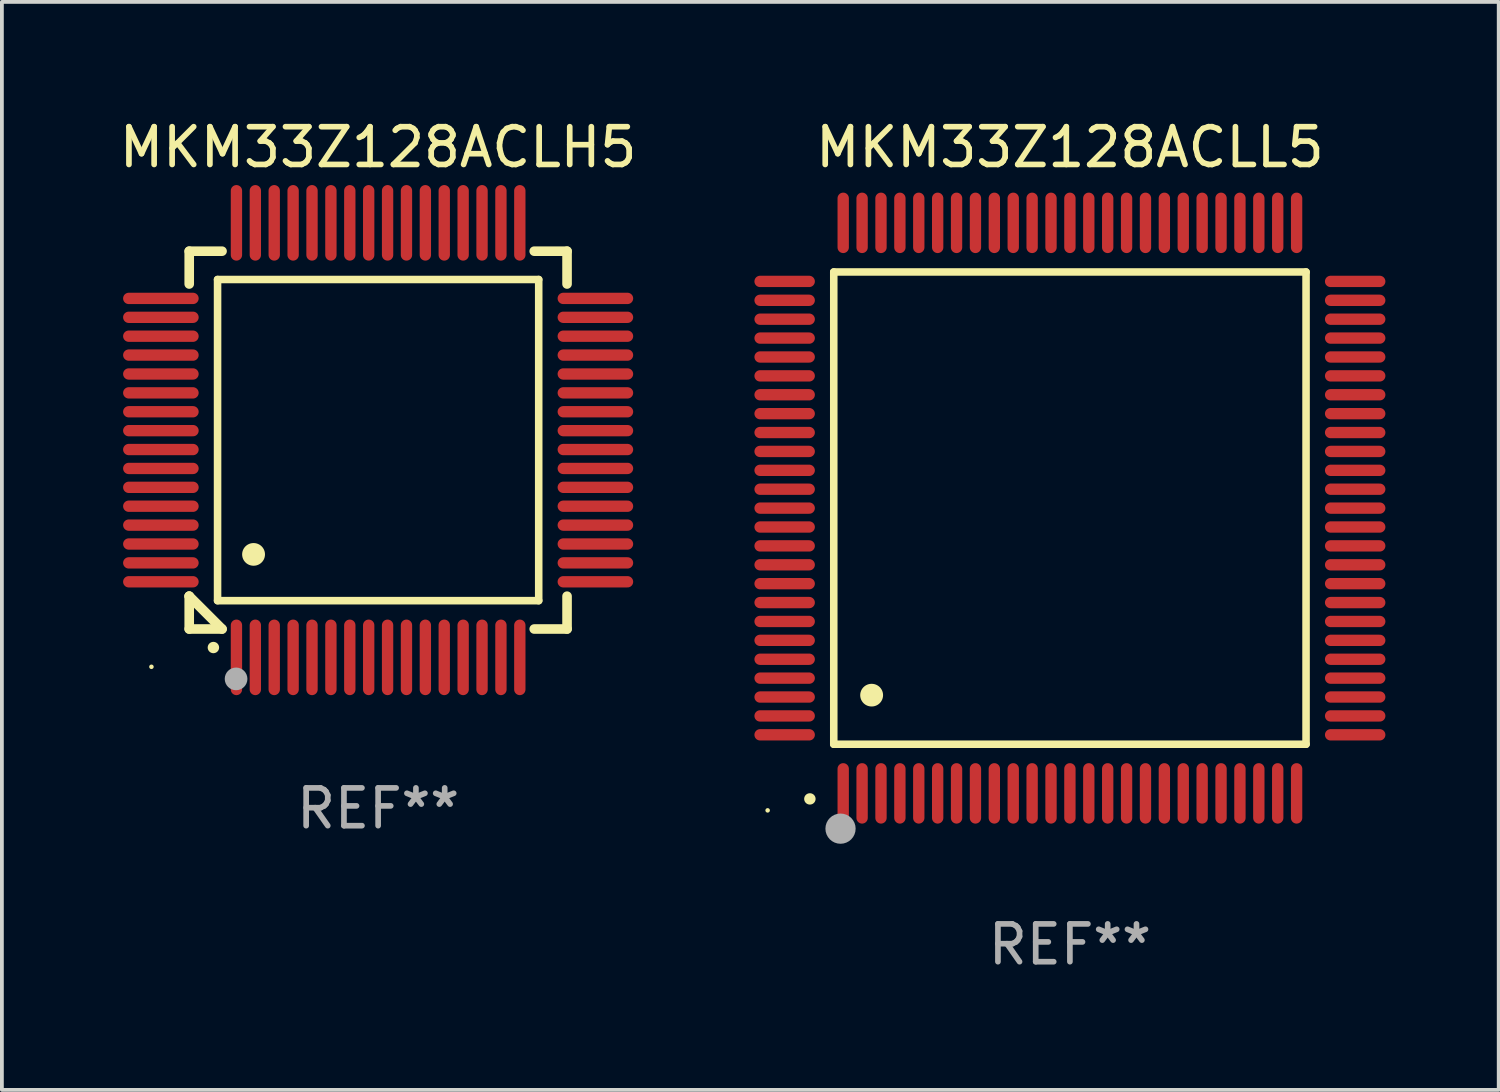
<source format=kicad_pcb>
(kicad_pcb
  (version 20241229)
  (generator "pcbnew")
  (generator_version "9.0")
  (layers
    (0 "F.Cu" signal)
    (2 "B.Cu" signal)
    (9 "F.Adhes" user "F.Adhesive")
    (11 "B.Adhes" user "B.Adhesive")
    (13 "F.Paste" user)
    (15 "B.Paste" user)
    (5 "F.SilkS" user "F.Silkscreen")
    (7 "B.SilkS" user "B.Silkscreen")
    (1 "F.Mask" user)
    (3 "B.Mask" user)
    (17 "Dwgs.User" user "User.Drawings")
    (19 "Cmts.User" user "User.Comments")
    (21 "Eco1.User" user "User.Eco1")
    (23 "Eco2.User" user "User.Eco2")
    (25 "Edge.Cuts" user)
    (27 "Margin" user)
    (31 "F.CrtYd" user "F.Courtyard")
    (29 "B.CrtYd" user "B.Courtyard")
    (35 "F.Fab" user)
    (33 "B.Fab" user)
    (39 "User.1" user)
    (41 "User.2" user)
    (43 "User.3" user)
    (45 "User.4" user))
  (footprint "MKM33Z128ACLH5"
    (layer "F.Cu")
    (at 6.958 8.598)
    (property "Reference" "MKM33Z128ACLH5" (at 0 -7.75 0) (layer "F.SilkS") (effects (font (size 1 1) (thickness 0.15))))
    (attr through_hole)
    (fp_line (start -5 -5) (end -4.131 -5) (stroke (width 0.254) (type solid)) (layer "F.SilkS"))
    (fp_line (start -5 -4.131) (end -5 -5) (stroke (width 0.254) (type solid)) (layer "F.SilkS"))
    (fp_line (start -5 4.131) (end -5 4.131) (stroke (width 0.254) (type solid)) (layer "F.SilkS"))
    (fp_line (start -5 5) (end -5 4.131) (stroke (width 0.254) (type solid)) (layer "F.SilkS"))
    (fp_line (start -5 4.131) (end -4.131 5) (stroke (width 0.254) (type solid)) (layer "F.SilkS"))
    (fp_line (start -4.25 -4.25) (end -4.25 4.25) (stroke (width 0.2) (type solid)) (layer "F.SilkS"))
    (fp_line (start -4.25 4.25) (end 4.25 4.25) (stroke (width 0.2) (type solid)) (layer "F.SilkS"))
    (fp_line (start -4.131 5) (end -5 5) (stroke (width 0.254) (type solid)) (layer "F.SilkS"))
    (fp_line (start 4.25 -4.25) (end -4.25 -4.25) (stroke (width 0.2) (type solid)) (layer "F.SilkS"))
    (fp_line (start 4.25 4.25) (end 4.25 -4.25) (stroke (width 0.2) (type solid)) (layer "F.SilkS"))
    (fp_line (start 5 -5) (end 4.131 -5) (stroke (width 0.254) (type solid)) (layer "F.SilkS"))
    (fp_line (start 5 -5) (end 5 -4.131) (stroke (width 0.254) (type solid)) (layer "F.SilkS"))
    (fp_line (start 5 4.131) (end 5 5) (stroke (width 0.254) (type solid)) (layer "F.SilkS"))
    (fp_line (start 5 5) (end 4.131 5) (stroke (width 0.254) (type solid)) (layer "F.SilkS"))
    (fp_arc (start -4.361265 5.489992) (mid -4.359995 5.489987) (end -4.358725 5.489992) (stroke (width 0.3) (type solid)) (layer "F.SilkS"))
    (fp_arc (start -3.299467 3.025146) (mid -3.296927 3.025135) (end -3.294387 3.025146) (stroke (width 0.6) (type solid)) (layer "F.SilkS"))
    (fp_circle (center -6 6) (end -5.97 6) (stroke (width 0.06) (type solid)) (fill no) (layer "F.SilkS"))
    (fp_circle (center -3.76 6.32) (end -3.61 6.32) (stroke (width 0.3) (type solid)) (fill no) (layer "F.Fab"))
    (fp_text user "REF**" (at 0 9.75 0) (layer "F.Fab") (effects (font (size 1 1) (thickness 0.15))))
    (pad "1" smd oval (at -3.75 5.75) (size 0.3 2) (layers "F.Cu" "F.Mask" "F.Paste"))
    (pad "2" smd oval (at -3.25 5.75) (size 0.3 2) (layers "F.Cu" "F.Mask" "F.Paste"))
    (pad "3" smd oval (at -2.75 5.75) (size 0.3 2) (layers "F.Cu" "F.Mask" "F.Paste"))
    (pad "4" smd oval (at -2.25 5.75) (size 0.3 2) (layers "F.Cu" "F.Mask" "F.Paste"))
    (pad "5" smd oval (at -1.75 5.75) (size 0.3 2) (layers "F.Cu" "F.Mask" "F.Paste"))
    (pad "6" smd oval (at -1.25 5.75) (size 0.3 2) (layers "F.Cu" "F.Mask" "F.Paste"))
    (pad "7" smd oval (at -0.75 5.75) (size 0.3 2) (layers "F.Cu" "F.Mask" "F.Paste"))
    (pad "8" smd oval (at -0.25 5.75) (size 0.3 2) (layers "F.Cu" "F.Mask" "F.Paste"))
    (pad "9" smd oval (at 0.25 5.75) (size 0.3 2) (layers "F.Cu" "F.Mask" "F.Paste"))
    (pad "10" smd oval (at 0.75 5.75) (size 0.3 2) (layers "F.Cu" "F.Mask" "F.Paste"))
    (pad "11" smd oval (at 1.25 5.75) (size 0.3 2) (layers "F.Cu" "F.Mask" "F.Paste"))
    (pad "12" smd oval (at 1.75 5.75) (size 0.3 2) (layers "F.Cu" "F.Mask" "F.Paste"))
    (pad "13" smd oval (at 2.25 5.75) (size 0.3 2) (layers "F.Cu" "F.Mask" "F.Paste"))
    (pad "14" smd oval (at 2.75 5.75) (size 0.3 2) (layers "F.Cu" "F.Mask" "F.Paste"))
    (pad "15" smd oval (at 3.25 5.75) (size 0.3 2) (layers "F.Cu" "F.Mask" "F.Paste"))
    (pad "16" smd oval (at 3.75 5.75) (size 0.3 2) (layers "F.Cu" "F.Mask" "F.Paste"))
    (pad "17" smd oval (at 5.75 3.75) (size 2 0.3) (layers "F.Cu" "F.Mask" "F.Paste"))
    (pad "18" smd oval (at 5.75 3.25) (size 2 0.3) (layers "F.Cu" "F.Mask" "F.Paste"))
    (pad "19" smd oval (at 5.75 2.75) (size 2 0.3) (layers "F.Cu" "F.Mask" "F.Paste"))
    (pad "20" smd oval (at 5.75 2.25) (size 2 0.3) (layers "F.Cu" "F.Mask" "F.Paste"))
    (pad "21" smd oval (at 5.75 1.75) (size 2 0.3) (layers "F.Cu" "F.Mask" "F.Paste"))
    (pad "22" smd oval (at 5.75 1.25) (size 2 0.3) (layers "F.Cu" "F.Mask" "F.Paste"))
    (pad "23" smd oval (at 5.75 0.75) (size 2 0.3) (layers "F.Cu" "F.Mask" "F.Paste"))
    (pad "24" smd oval (at 5.75 0.25) (size 2 0.3) (layers "F.Cu" "F.Mask" "F.Paste"))
    (pad "25" smd oval (at 5.75 -0.25) (size 2 0.3) (layers "F.Cu" "F.Mask" "F.Paste"))
    (pad "26" smd oval (at 5.75 -0.75) (size 2 0.3) (layers "F.Cu" "F.Mask" "F.Paste"))
    (pad "27" smd oval (at 5.75 -1.25) (size 2 0.3) (layers "F.Cu" "F.Mask" "F.Paste"))
    (pad "28" smd oval (at 5.75 -1.75) (size 2 0.3) (layers "F.Cu" "F.Mask" "F.Paste"))
    (pad "29" smd oval (at 5.75 -2.25) (size 2 0.3) (layers "F.Cu" "F.Mask" "F.Paste"))
    (pad "30" smd oval (at 5.75 -2.75) (size 2 0.3) (layers "F.Cu" "F.Mask" "F.Paste"))
    (pad "31" smd oval (at 5.75 -3.25) (size 2 0.3) (layers "F.Cu" "F.Mask" "F.Paste"))
    (pad "32" smd oval (at 5.75 -3.75) (size 2 0.3) (layers "F.Cu" "F.Mask" "F.Paste"))
    (pad "33" smd oval (at 3.75 -5.75) (size 0.3 2) (layers "F.Cu" "F.Mask" "F.Paste"))
    (pad "34" smd oval (at 3.25 -5.75) (size 0.3 2) (layers "F.Cu" "F.Mask" "F.Paste"))
    (pad "35" smd oval (at 2.75 -5.75) (size 0.3 2) (layers "F.Cu" "F.Mask" "F.Paste"))
    (pad "36" smd oval (at 2.25 -5.75) (size 0.3 2) (layers "F.Cu" "F.Mask" "F.Paste"))
    (pad "37" smd oval (at 1.75 -5.75) (size 0.3 2) (layers "F.Cu" "F.Mask" "F.Paste"))
    (pad "38" smd oval (at 1.25 -5.75) (size 0.3 2) (layers "F.Cu" "F.Mask" "F.Paste"))
    (pad "39" smd oval (at 0.75 -5.75) (size 0.3 2) (layers "F.Cu" "F.Mask" "F.Paste"))
    (pad "40" smd oval (at 0.25 -5.75) (size 0.3 2) (layers "F.Cu" "F.Mask" "F.Paste"))
    (pad "41" smd oval (at -0.25 -5.75) (size 0.3 2) (layers "F.Cu" "F.Mask" "F.Paste"))
    (pad "42" smd oval (at -0.75 -5.75) (size 0.3 2) (layers "F.Cu" "F.Mask" "F.Paste"))
    (pad "43" smd oval (at -1.25 -5.75) (size 0.3 2) (layers "F.Cu" "F.Mask" "F.Paste"))
    (pad "44" smd oval (at -1.75 -5.75) (size 0.3 2) (layers "F.Cu" "F.Mask" "F.Paste"))
    (pad "45" smd oval (at -2.25 -5.75) (size 0.3 2) (layers "F.Cu" "F.Mask" "F.Paste"))
    (pad "46" smd oval (at -2.75 -5.75) (size 0.3 2) (layers "F.Cu" "F.Mask" "F.Paste"))
    (pad "47" smd oval (at -3.25 -5.75) (size 0.3 2) (layers "F.Cu" "F.Mask" "F.Paste"))
    (pad "48" smd oval (at -3.75 -5.75) (size 0.3 2) (layers "F.Cu" "F.Mask" "F.Paste"))
    (pad "49" smd oval (at -5.75 -3.75) (size 2 0.3) (layers "F.Cu" "F.Mask" "F.Paste"))
    (pad "50" smd oval (at -5.75 -3.25) (size 2 0.3) (layers "F.Cu" "F.Mask" "F.Paste"))
    (pad "51" smd oval (at -5.75 -2.75) (size 2 0.3) (layers "F.Cu" "F.Mask" "F.Paste"))
    (pad "52" smd oval (at -5.75 -2.25) (size 2 0.3) (layers "F.Cu" "F.Mask" "F.Paste"))
    (pad "53" smd oval (at -5.75 -1.75) (size 2 0.3) (layers "F.Cu" "F.Mask" "F.Paste"))
    (pad "54" smd oval (at -5.75 -1.25) (size 2 0.3) (layers "F.Cu" "F.Mask" "F.Paste"))
    (pad "55" smd oval (at -5.75 -0.75) (size 2 0.3) (layers "F.Cu" "F.Mask" "F.Paste"))
    (pad "56" smd oval (at -5.75 -0.25) (size 2 0.3) (layers "F.Cu" "F.Mask" "F.Paste"))
    (pad "57" smd oval (at -5.75 0.25) (size 2 0.3) (layers "F.Cu" "F.Mask" "F.Paste"))
    (pad "58" smd oval (at -5.75 0.75) (size 2 0.3) (layers "F.Cu" "F.Mask" "F.Paste"))
    (pad "59" smd oval (at -5.75 1.25) (size 2 0.3) (layers "F.Cu" "F.Mask" "F.Paste"))
    (pad "60" smd oval (at -5.75 1.75) (size 2 0.3) (layers "F.Cu" "F.Mask" "F.Paste"))
    (pad "61" smd oval (at -5.75 2.25) (size 2 0.3) (layers "F.Cu" "F.Mask" "F.Paste"))
    (pad "62" smd oval (at -5.75 2.75) (size 2 0.3) (layers "F.Cu" "F.Mask" "F.Paste"))
    (pad "63" smd oval (at -5.75 3.25) (size 2 0.3) (layers "F.Cu" "F.Mask" "F.Paste"))
    (pad "64" smd oval (at -5.75 3.75) (size 2 0.3) (layers "F.Cu" "F.Mask" "F.Paste")))
  (footprint "MKM33Z128ACLL5"
    (layer "F.Cu")
    (at 25.267 10.398)
    (property "Reference" "MKM33Z128ACLL5" (at 0 -9.55 0) (layer "F.SilkS") (effects (font (size 1 1) (thickness 0.15))))
    (attr through_hole)
    (fp_line (start -6.25 -6.25) (end -6.25 6.25) (stroke (width 0.2) (type solid)) (layer "F.SilkS"))
    (fp_line (start -6.25 6.25) (end 6.25 6.25) (stroke (width 0.2) (type solid)) (layer "F.SilkS"))
    (fp_line (start 6.25 -6.25) (end -6.25 -6.25) (stroke (width 0.2) (type solid)) (layer "F.SilkS"))
    (fp_line (start 6.25 6.25) (end 6.25 -6.25) (stroke (width 0.2) (type solid)) (layer "F.SilkS"))
    (fp_arc (start -6.883414 7.696215) (mid -6.882144 7.69621) (end -6.880874 7.696215) (stroke (width 0.3) (type solid)) (layer "F.SilkS"))
    (fp_arc (start -5.250191 4.95047) (mid -5.247651 4.950459) (end -5.245111 4.95047) (stroke (width 0.6) (type solid)) (layer "F.SilkS"))
    (fp_circle (center -8 8) (end -7.97 8) (stroke (width 0.06) (type solid)) (fill no) (layer "F.SilkS"))
    (fp_circle (center -6.071 8.484) (end -5.871 8.484) (stroke (width 0.4) (type solid)) (fill no) (layer "F.Fab"))
    (fp_text user "REF**" (at 0 11.55 0) (layer "F.Fab") (effects (font (size 1 1) (thickness 0.15))))
    (pad "1" smd oval (at -6 7.55) (size 0.3 1.6) (layers "F.Cu" "F.Mask" "F.Paste"))
    (pad "2" smd oval (at -5.5 7.55) (size 0.3 1.6) (layers "F.Cu" "F.Mask" "F.Paste"))
    (pad "3" smd oval (at -5 7.55) (size 0.3 1.6) (layers "F.Cu" "F.Mask" "F.Paste"))
    (pad "4" smd oval (at -4.5 7.55) (size 0.3 1.6) (layers "F.Cu" "F.Mask" "F.Paste"))
    (pad "5" smd oval (at -4 7.55) (size 0.3 1.6) (layers "F.Cu" "F.Mask" "F.Paste"))
    (pad "6" smd oval (at -3.5 7.55) (size 0.3 1.6) (layers "F.Cu" "F.Mask" "F.Paste"))
    (pad "7" smd oval (at -3 7.55) (size 0.3 1.6) (layers "F.Cu" "F.Mask" "F.Paste"))
    (pad "8" smd oval (at -2.5 7.55) (size 0.3 1.6) (layers "F.Cu" "F.Mask" "F.Paste"))
    (pad "9" smd oval (at -2 7.55) (size 0.3 1.6) (layers "F.Cu" "F.Mask" "F.Paste"))
    (pad "10" smd oval (at -1.5 7.55) (size 0.3 1.6) (layers "F.Cu" "F.Mask" "F.Paste"))
    (pad "11" smd oval (at -1 7.55) (size 0.3 1.6) (layers "F.Cu" "F.Mask" "F.Paste"))
    (pad "12" smd oval (at -0.5 7.55) (size 0.3 1.6) (layers "F.Cu" "F.Mask" "F.Paste"))
    (pad "13" smd oval (at 0 7.55) (size 0.3 1.6) (layers "F.Cu" "F.Mask" "F.Paste"))
    (pad "14" smd oval (at 0.5 7.55) (size 0.3 1.6) (layers "F.Cu" "F.Mask" "F.Paste"))
    (pad "15" smd oval (at 1 7.55) (size 0.3 1.6) (layers "F.Cu" "F.Mask" "F.Paste"))
    (pad "16" smd oval (at 1.5 7.55) (size 0.3 1.6) (layers "F.Cu" "F.Mask" "F.Paste"))
    (pad "17" smd oval (at 2 7.55) (size 0.3 1.6) (layers "F.Cu" "F.Mask" "F.Paste"))
    (pad "18" smd oval (at 2.5 7.55) (size 0.3 1.6) (layers "F.Cu" "F.Mask" "F.Paste"))
    (pad "19" smd oval (at 3 7.55) (size 0.3 1.6) (layers "F.Cu" "F.Mask" "F.Paste"))
    (pad "20" smd oval (at 3.5 7.55) (size 0.3 1.6) (layers "F.Cu" "F.Mask" "F.Paste"))
    (pad "21" smd oval (at 4 7.55) (size 0.3 1.6) (layers "F.Cu" "F.Mask" "F.Paste"))
    (pad "22" smd oval (at 4.5 7.55) (size 0.3 1.6) (layers "F.Cu" "F.Mask" "F.Paste"))
    (pad "23" smd oval (at 5 7.55) (size 0.3 1.6) (layers "F.Cu" "F.Mask" "F.Paste"))
    (pad "24" smd oval (at 5.5 7.55) (size 0.3 1.6) (layers "F.Cu" "F.Mask" "F.Paste"))
    (pad "25" smd oval (at 6 7.55) (size 0.3 1.6) (layers "F.Cu" "F.Mask" "F.Paste"))
    (pad "26" smd oval (at 7.55 6) (size 1.6 0.3) (layers "F.Cu" "F.Mask" "F.Paste"))
    (pad "27" smd oval (at 7.55 5.5) (size 1.6 0.3) (layers "F.Cu" "F.Mask" "F.Paste"))
    (pad "28" smd oval (at 7.55 5) (size 1.6 0.3) (layers "F.Cu" "F.Mask" "F.Paste"))
    (pad "29" smd oval (at 7.55 4.5) (size 1.6 0.3) (layers "F.Cu" "F.Mask" "F.Paste"))
    (pad "30" smd oval (at 7.55 4) (size 1.6 0.3) (layers "F.Cu" "F.Mask" "F.Paste"))
    (pad "31" smd oval (at 7.55 3.5) (size 1.6 0.3) (layers "F.Cu" "F.Mask" "F.Paste"))
    (pad "32" smd oval (at 7.55 3) (size 1.6 0.3) (layers "F.Cu" "F.Mask" "F.Paste"))
    (pad "33" smd oval (at 7.55 2.5) (size 1.6 0.3) (layers "F.Cu" "F.Mask" "F.Paste"))
    (pad "34" smd oval (at 7.55 2) (size 1.6 0.3) (layers "F.Cu" "F.Mask" "F.Paste"))
    (pad "35" smd oval (at 7.55 1.5) (size 1.6 0.3) (layers "F.Cu" "F.Mask" "F.Paste"))
    (pad "36" smd oval (at 7.55 1) (size 1.6 0.3) (layers "F.Cu" "F.Mask" "F.Paste"))
    (pad "37" smd oval (at 7.55 0.5) (size 1.6 0.3) (layers "F.Cu" "F.Mask" "F.Paste"))
    (pad "38" smd oval (at 7.55 0) (size 1.6 0.3) (layers "F.Cu" "F.Mask" "F.Paste"))
    (pad "39" smd oval (at 7.55 -0.5) (size 1.6 0.3) (layers "F.Cu" "F.Mask" "F.Paste"))
    (pad "40" smd oval (at 7.55 -1) (size 1.6 0.3) (layers "F.Cu" "F.Mask" "F.Paste"))
    (pad "41" smd oval (at 7.55 -1.5) (size 1.6 0.3) (layers "F.Cu" "F.Mask" "F.Paste"))
    (pad "42" smd oval (at 7.55 -2) (size 1.6 0.3) (layers "F.Cu" "F.Mask" "F.Paste"))
    (pad "43" smd oval (at 7.55 -2.5) (size 1.6 0.3) (layers "F.Cu" "F.Mask" "F.Paste"))
    (pad "44" smd oval (at 7.55 -3) (size 1.6 0.3) (layers "F.Cu" "F.Mask" "F.Paste"))
    (pad "45" smd oval (at 7.55 -3.5) (size 1.6 0.3) (layers "F.Cu" "F.Mask" "F.Paste"))
    (pad "46" smd oval (at 7.55 -4) (size 1.6 0.3) (layers "F.Cu" "F.Mask" "F.Paste"))
    (pad "47" smd oval (at 7.55 -4.5) (size 1.6 0.3) (layers "F.Cu" "F.Mask" "F.Paste"))
    (pad "48" smd oval (at 7.55 -5) (size 1.6 0.3) (layers "F.Cu" "F.Mask" "F.Paste"))
    (pad "49" smd oval (at 7.55 -5.5) (size 1.6 0.3) (layers "F.Cu" "F.Mask" "F.Paste"))
    (pad "50" smd oval (at 7.55 -6) (size 1.6 0.3) (layers "F.Cu" "F.Mask" "F.Paste"))
    (pad "51" smd oval (at 6 -7.55) (size 0.3 1.6) (layers "F.Cu" "F.Mask" "F.Paste"))
    (pad "52" smd oval (at 5.5 -7.55) (size 0.3 1.6) (layers "F.Cu" "F.Mask" "F.Paste"))
    (pad "53" smd oval (at 5 -7.55) (size 0.3 1.6) (layers "F.Cu" "F.Mask" "F.Paste"))
    (pad "54" smd oval (at 4.5 -7.55) (size 0.3 1.6) (layers "F.Cu" "F.Mask" "F.Paste"))
    (pad "55" smd oval (at 4 -7.55) (size 0.3 1.6) (layers "F.Cu" "F.Mask" "F.Paste"))
    (pad "56" smd oval (at 3.5 -7.55) (size 0.3 1.6) (layers "F.Cu" "F.Mask" "F.Paste"))
    (pad "57" smd oval (at 3 -7.55) (size 0.3 1.6) (layers "F.Cu" "F.Mask" "F.Paste"))
    (pad "58" smd oval (at 2.5 -7.55) (size 0.3 1.6) (layers "F.Cu" "F.Mask" "F.Paste"))
    (pad "59" smd oval (at 2 -7.55) (size 0.3 1.6) (layers "F.Cu" "F.Mask" "F.Paste"))
    (pad "60" smd oval (at 1.5 -7.55) (size 0.3 1.6) (layers "F.Cu" "F.Mask" "F.Paste"))
    (pad "61" smd oval (at 1 -7.55) (size 0.3 1.6) (layers "F.Cu" "F.Mask" "F.Paste"))
    (pad "62" smd oval (at 0.5 -7.55) (size 0.3 1.6) (layers "F.Cu" "F.Mask" "F.Paste"))
    (pad "63" smd oval (at 0 -7.55) (size 0.3 1.6) (layers "F.Cu" "F.Mask" "F.Paste"))
    (pad "64" smd oval (at -0.5 -7.55) (size 0.3 1.6) (layers "F.Cu" "F.Mask" "F.Paste"))
    (pad "65" smd oval (at -1 -7.55) (size 0.3 1.6) (layers "F.Cu" "F.Mask" "F.Paste"))
    (pad "66" smd oval (at -1.5 -7.55) (size 0.3 1.6) (layers "F.Cu" "F.Mask" "F.Paste"))
    (pad "67" smd oval (at -2 -7.55) (size 0.3 1.6) (layers "F.Cu" "F.Mask" "F.Paste"))
    (pad "68" smd oval (at -2.5 -7.55) (size 0.3 1.6) (layers "F.Cu" "F.Mask" "F.Paste"))
    (pad "69" smd oval (at -3 -7.55) (size 0.3 1.6) (layers "F.Cu" "F.Mask" "F.Paste"))
    (pad "70" smd oval (at -3.5 -7.55) (size 0.3 1.6) (layers "F.Cu" "F.Mask" "F.Paste"))
    (pad "71" smd oval (at -4 -7.55) (size 0.3 1.6) (layers "F.Cu" "F.Mask" "F.Paste"))
    (pad "72" smd oval (at -4.5 -7.55) (size 0.3 1.6) (layers "F.Cu" "F.Mask" "F.Paste"))
    (pad "73" smd oval (at -5 -7.55) (size 0.3 1.6) (layers "F.Cu" "F.Mask" "F.Paste"))
    (pad "74" smd oval (at -5.5 -7.55) (size 0.3 1.6) (layers "F.Cu" "F.Mask" "F.Paste"))
    (pad "75" smd oval (at -6 -7.55) (size 0.3 1.6) (layers "F.Cu" "F.Mask" "F.Paste"))
    (pad "76" smd oval (at -7.55 -6) (size 1.6 0.3) (layers "F.Cu" "F.Mask" "F.Paste"))
    (pad "77" smd oval (at -7.55 -5.5) (size 1.6 0.3) (layers "F.Cu" "F.Mask" "F.Paste"))
    (pad "78" smd oval (at -7.55 -5) (size 1.6 0.3) (layers "F.Cu" "F.Mask" "F.Paste"))
    (pad "79" smd oval (at -7.55 -4.5) (size 1.6 0.3) (layers "F.Cu" "F.Mask" "F.Paste"))
    (pad "80" smd oval (at -7.55 -4) (size 1.6 0.3) (layers "F.Cu" "F.Mask" "F.Paste"))
    (pad "81" smd oval (at -7.55 -3.5) (size 1.6 0.3) (layers "F.Cu" "F.Mask" "F.Paste"))
    (pad "82" smd oval (at -7.55 -3) (size 1.6 0.3) (layers "F.Cu" "F.Mask" "F.Paste"))
    (pad "83" smd oval (at -7.55 -2.5) (size 1.6 0.3) (layers "F.Cu" "F.Mask" "F.Paste"))
    (pad "84" smd oval (at -7.55 -2) (size 1.6 0.3) (layers "F.Cu" "F.Mask" "F.Paste"))
    (pad "85" smd oval (at -7.55 -1.5) (size 1.6 0.3) (layers "F.Cu" "F.Mask" "F.Paste"))
    (pad "86" smd oval (at -7.55 -1) (size 1.6 0.3) (layers "F.Cu" "F.Mask" "F.Paste"))
    (pad "87" smd oval (at -7.55 -0.5) (size 1.6 0.3) (layers "F.Cu" "F.Mask" "F.Paste"))
    (pad "88" smd oval (at -7.55 0) (size 1.6 0.3) (layers "F.Cu" "F.Mask" "F.Paste"))
    (pad "89" smd oval (at -7.55 0.5) (size 1.6 0.3) (layers "F.Cu" "F.Mask" "F.Paste"))
    (pad "90" smd oval (at -7.55 1) (size 1.6 0.3) (layers "F.Cu" "F.Mask" "F.Paste"))
    (pad "91" smd oval (at -7.55 1.5) (size 1.6 0.3) (layers "F.Cu" "F.Mask" "F.Paste"))
    (pad "92" smd oval (at -7.55 2) (size 1.6 0.3) (layers "F.Cu" "F.Mask" "F.Paste"))
    (pad "93" smd oval (at -7.55 2.5) (size 1.6 0.3) (layers "F.Cu" "F.Mask" "F.Paste"))
    (pad "94" smd oval (at -7.55 3) (size 1.6 0.3) (layers "F.Cu" "F.Mask" "F.Paste"))
    (pad "95" smd oval (at -7.55 3.5) (size 1.6 0.3) (layers "F.Cu" "F.Mask" "F.Paste"))
    (pad "96" smd oval (at -7.55 4) (size 1.6 0.3) (layers "F.Cu" "F.Mask" "F.Paste"))
    (pad "97" smd oval (at -7.55 4.5) (size 1.6 0.3) (layers "F.Cu" "F.Mask" "F.Paste"))
    (pad "98" smd oval (at -7.55 5) (size 1.6 0.3) (layers "F.Cu" "F.Mask" "F.Paste"))
    (pad "99" smd oval (at -7.55 5.5) (size 1.6 0.3) (layers "F.Cu" "F.Mask" "F.Paste"))
    (pad "100" smd oval (at -7.55 6) (size 1.6 0.3) (layers "F.Cu" "F.Mask" "F.Paste")))
  (gr_rect
    (start -3 -3)
    (end 36.616 25.796)
    (stroke (width 0.1) (type default))
    (fill no)
    (layer "Edge.Cuts")))
</source>
